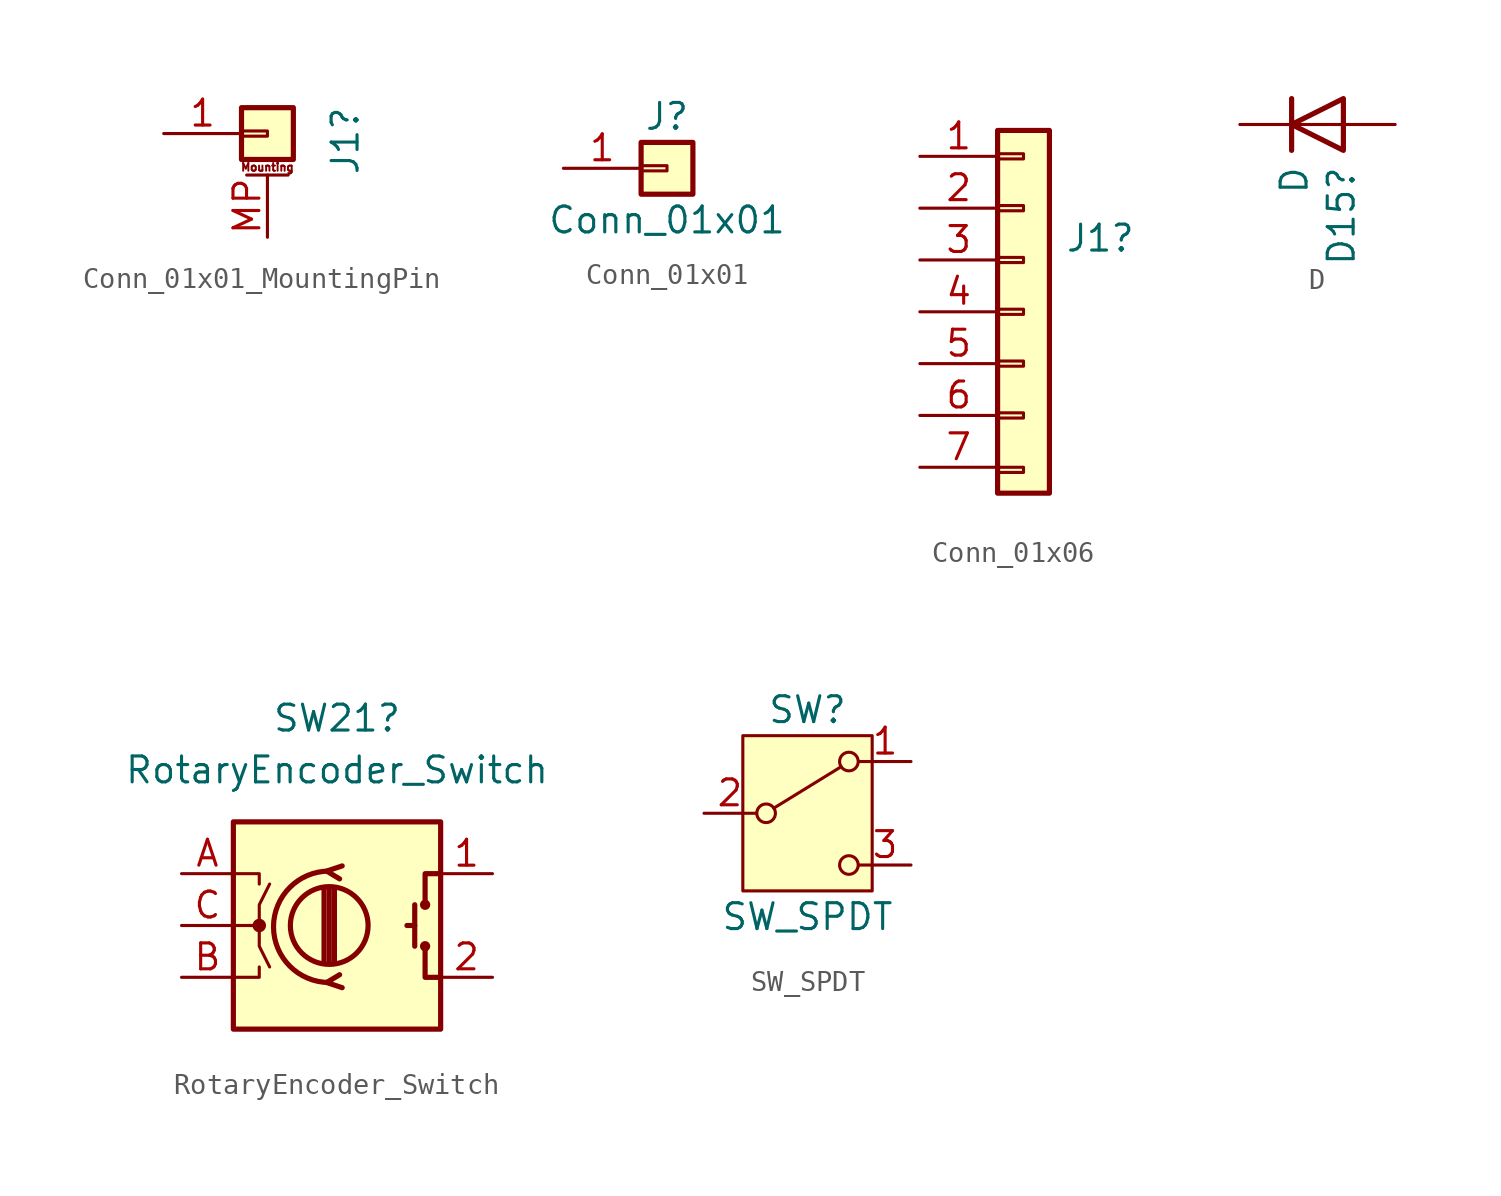
<source format=kicad_sym>
(kicad_symbol_lib
  (version 20231120)
  (generator "kicad_symbol_editor")
  (generator_version "8.0")
  (symbol "Conn_01x01_MountingPin"
    (pin_names
      (offset 1.016) hide)
    (property "Reference" "J1"
      (at 3.81 -0.356 90)
      (effects (font (size 1.27 1.27))))
    (symbol "Conn_01x01_MountingPin_1_1"
      (rectangle (start -1.27 0.127) (end 0 -0.127) (stroke (width 0.152) (type default)) (fill (type none)))
      (rectangle (start -1.27 1.27) (end 1.27 -1.27) (stroke (width 0.254) (type default)) (fill (type background)))
      (polyline (pts (xy -1.016 -2.032) (xy 1.016 -2.032)) (stroke (width 0.152) (type default)) (fill (type none)))
      (text "Mounting" (at 0 -1.651 0) (effects (font (size 0.381 0.381))))
      (pin passive line (at -5.08 0 0) (length 3.81) (name "Pin_1" (effects (font (size 1.27 1.27)))) (number "1" (effects (font (size 1.27 1.27)))))
      (pin passive line (at 0 -5.08 90) (length 3.048) (name "MountPin" (effects (font (size 1.27 1.27)))) (number "MP" (effects (font (size 1.27 1.27)))))))
  (symbol "Conn_01x01"
    (pin_names
      (offset 1.016) hide)
    (property "Reference" "J"
      (at 0 2.54 0)
      (effects (font (size 1.27 1.27))))
    (property "Value" "Conn_01x01"
      (at 0 -2.54 0)
      (effects (font (size 1.27 1.27))))
    (symbol "Conn_01x01_1_1"
      (rectangle (start -1.27 0.127) (end 0 -0.127) (stroke (width 0.152) (type default)) (fill (type none)))
      (rectangle (start -1.27 1.27) (end 1.27 -1.27) (stroke (width 0.254) (type default)) (fill (type background)))
      (pin passive line (at -5.08 0 0) (length 3.81) (name "Pin_1" (effects (font (size 1.27 1.27)))) (number "1" (effects (font (size 1.27 1.27)))))))
  (symbol "Conn_01x06"
    (pin_names
      (offset 1.016) hide)
    (property "Reference" "J1"
      (at 2.032 1.067 0)
      (effects (font (size 1.27 1.27)) (justify left)))
    (symbol "Conn_01x06_1_1"
      (rectangle (start -1.27 -10.16) (end 0 -10.414) (stroke (width 0.152) (type default)) (fill (type none)))
      (rectangle (start -1.27 -7.493) (end 0 -7.747) (stroke (width 0.152) (type default)) (fill (type none)))
      (rectangle (start -1.27 -4.953) (end 0 -5.207) (stroke (width 0.152) (type default)) (fill (type none)))
      (rectangle (start -1.27 -2.413) (end 0 -2.667) (stroke (width 0.152) (type default)) (fill (type none)))
      (rectangle (start -1.27 0.127) (end 0 -0.127) (stroke (width 0.152) (type default)) (fill (type none)))
      (rectangle (start -1.27 2.667) (end 0 2.413) (stroke (width 0.152) (type default)) (fill (type none)))
      (rectangle (start -1.27 5.207) (end 0 4.953) (stroke (width 0.152) (type default)) (fill (type none)))
      (rectangle (start -1.27 6.35) (end 1.27 -11.43) (stroke (width 0.254) (type default)) (fill (type background)))
      (pin passive line (at -5.08 5.08 0) (length 3.81) (name "Pin_1" (effects (font (size 1.27 1.27)))) (number "1" (effects (font (size 1.27 1.27)))))
      (pin passive line (at -5.08 2.54 0) (length 3.81) (name "Pin_2" (effects (font (size 1.27 1.27)))) (number "2" (effects (font (size 1.27 1.27)))))
      (pin passive line (at -5.08 0 0) (length 3.81) (name "Pin_3" (effects (font (size 1.27 1.27)))) (number "3" (effects (font (size 1.27 1.27)))))
      (pin passive line (at -5.08 -2.54 0) (length 3.81) (name "Pin_4" (effects (font (size 1.27 1.27)))) (number "4" (effects (font (size 1.27 1.27)))))
      (pin passive line (at -5.08 -5.08 0) (length 3.81) (name "Pin_5" (effects (font (size 1.27 1.27)))) (number "5" (effects (font (size 1.27 1.27)))))
      (pin passive line (at -5.08 -7.62 0) (length 3.81) (name "Pin_6" (effects (font (size 1.27 1.27)))) (number "6" (effects (font (size 1.27 1.27)))))
      (pin passive line (at -5.08 -10.16 0) (length 3.81) (name "Pin_6" (effects (font (size 1.27 1.27)))) (number "7" (effects (font (size 1.27 1.27)))))))
  (symbol "D"
    (pin_numbers hide)
    (pin_names
      (offset 1.016) hide)
    (property "Reference" "D15"
      (at 1.168 -2.007 90)
      (effects (font (size 1.27 1.27)) (justify right)))
    (property "Value" "D"
      (at -1.143 -2.007 90)
      (effects (font (size 1.27 1.27)) (justify right)))
    (symbol "D_0_1"
      (polyline (pts (xy -1.27 1.27) (xy -1.27 -1.27)) (stroke (width 0.254) (type default)) (fill (type none)))
      (polyline (pts (xy 1.27 0) (xy -1.27 0)) (stroke (width 0) (type default)) (fill (type none)))
      (polyline (pts (xy 1.27 1.27) (xy 1.27 -1.27) (xy -1.27 0) (xy 1.27 1.27)) (stroke (width 0.254) (type default)) (fill (type none))))
    (symbol "D_1_1"
      (pin passive line (at -3.81 0 0) (length 2.54) (name "K" (effects (font (size 1.27 1.27)))) (number "1" (effects (font (size 1.27 1.27)))))
      (pin passive line (at 3.81 0 180) (length 2.54) (name "A" (effects (font (size 1.27 1.27)))) (number "2" (effects (font (size 1.27 1.27)))))))
  (symbol "RotaryEncoder_Switch"
    (pin_names
      (offset 0.254) hide)
    (property "Reference" "SW21"
      (at 0 10.16 0)
      (effects (font (size 1.27 1.27))))
    (property "Value" "RotaryEncoder_Switch"
      (at 0 7.62 0)
      (effects (font (size 1.27 1.27))))
    (symbol "RotaryEncoder_Switch_0_1"
      (rectangle (start -5.08 5.08) (end 5.08 -5.08) (stroke (width 0.254) (type default)) (fill (type background)))
      (circle (center -3.81 0) (radius 0.254) (stroke (width 0) (type default)) (fill (type outline)))
      (circle (center -0.381 0) (radius 1.905) (stroke (width 0.254) (type default)) (fill (type none)))
      (arc (start -0.381 2.667) (mid -3.0988 -0.0635) (end -0.381 -2.794) (stroke (width 0.254) (type default)) (fill (type none)))
      (polyline (pts (xy -0.635 -1.778) (xy -0.635 1.778)) (stroke (width 0.254) (type default)) (fill (type none)))
      (polyline (pts (xy -0.381 -1.778) (xy -0.381 1.778)) (stroke (width 0.254) (type default)) (fill (type none)))
      (polyline (pts (xy -0.127 1.778) (xy -0.127 -1.778)) (stroke (width 0.254) (type default)) (fill (type none)))
      (polyline (pts (xy 3.81 0) (xy 3.429 0)) (stroke (width 0.254) (type default)) (fill (type none)))
      (polyline (pts (xy 3.81 1.016) (xy 3.81 -1.016)) (stroke (width 0.254) (type default)) (fill (type none)))
      (polyline (pts (xy -5.08 -2.54) (xy -3.81 -2.54) (xy -3.81 -2.032)) (stroke (width 0) (type default)) (fill (type none)))
      (polyline (pts (xy -5.08 2.54) (xy -3.81 2.54) (xy -3.81 2.032)) (stroke (width 0) (type default)) (fill (type none)))
      (polyline (pts (xy 0.254 -3.048) (xy -0.508 -2.794) (xy 0.127 -2.413)) (stroke (width 0.254) (type default)) (fill (type none)))
      (polyline (pts (xy 0.254 2.921) (xy -0.508 2.667) (xy 0.127 2.286)) (stroke (width 0.254) (type default)) (fill (type none)))
      (polyline (pts (xy 5.08 -2.54) (xy 4.318 -2.54) (xy 4.318 -1.016)) (stroke (width 0.254) (type default)) (fill (type none)))
      (polyline (pts (xy 5.08 2.54) (xy 4.318 2.54) (xy 4.318 1.016)) (stroke (width 0.254) (type default)) (fill (type none)))
      (polyline (pts (xy -5.08 0) (xy -3.81 0) (xy -3.81 -1.016) (xy -3.302 -2.032)) (stroke (width 0) (type default)) (fill (type none)))
      (polyline (pts (xy -4.318 0) (xy -3.81 0) (xy -3.81 1.016) (xy -3.302 2.032)) (stroke (width 0) (type default)) (fill (type none)))
      (circle (center 4.318 -1.016) (radius 0.127) (stroke (width 0.254) (type default)) (fill (type none)))
      (circle (center 4.318 1.016) (radius 0.127) (stroke (width 0.254) (type default)) (fill (type none))))
    (symbol "RotaryEncoder_Switch_1_1"
      (pin passive line (at 7.62 2.54 180) (length 2.54) (name "1" (effects (font (size 1.27 1.27)))) (number "1" (effects (font (size 1.27 1.27)))))
      (pin passive line (at 7.62 -2.54 180) (length 2.54) (name "2" (effects (font (size 1.27 1.27)))) (number "2" (effects (font (size 1.27 1.27)))))
      (pin passive line (at -7.62 2.54 0) (length 2.54) (name "A" (effects (font (size 1.27 1.27)))) (number "A" (effects (font (size 1.27 1.27)))))
      (pin passive line (at -7.62 -2.54 0) (length 2.54) (name "B" (effects (font (size 1.27 1.27)))) (number "B" (effects (font (size 1.27 1.27)))))
      (pin passive line (at -7.62 0 0) (length 2.54) (name "C" (effects (font (size 1.27 1.27)))) (number "C" (effects (font (size 1.27 1.27)))))))
  (symbol "SW_SPDT"
    (pin_names
      (offset 0) hide)
    (property "Reference" "SW"
      (at 0 5.08 0)
      (effects (font (size 1.27 1.27))))
    (property "Value" "SW_SPDT"
      (at 0 -5.08 0)
      (effects (font (size 1.27 1.27))))
    (symbol "SW_SPDT_0_1"
      (circle (center -2.032 0) (radius 0.457) (stroke (width 0) (type default)) (fill (type none)))
      (polyline (pts (xy -1.651 0.254) (xy 1.651 2.286)) (stroke (width 0) (type default)) (fill (type none)))
      (circle (center 2.032 -2.54) (radius 0.457) (stroke (width 0) (type default)) (fill (type none)))
      (circle (center 2.032 2.54) (radius 0.457) (stroke (width 0) (type default)) (fill (type none))))
    (symbol "SW_SPDT_1_1"
      (rectangle (start -3.175 3.81) (end 3.175 -3.81) (stroke (width 0) (type default)) (fill (type background)))
      (pin passive line (at 5.08 2.54 180) (length 2.54) (name "A" (effects (font (size 1.27 1.27)))) (number "1" (effects (font (size 1.27 1.27)))))
      (pin passive line (at -5.08 0 0) (length 2.54) (name "B" (effects (font (size 1.27 1.27)))) (number "2" (effects (font (size 1.27 1.27)))))
      (pin passive line (at 5.08 -2.54 180) (length 2.54) (name "C" (effects (font (size 1.27 1.27)))) (number "3" (effects (font (size 1.27 1.27))))))))
</source>
